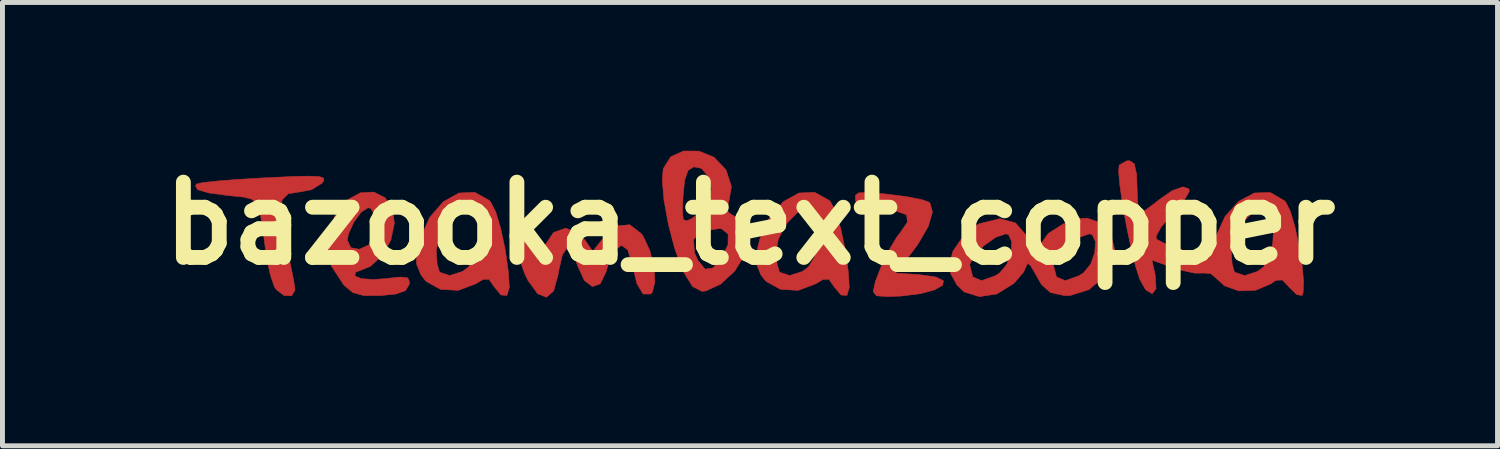
<source format=kicad_pcb>
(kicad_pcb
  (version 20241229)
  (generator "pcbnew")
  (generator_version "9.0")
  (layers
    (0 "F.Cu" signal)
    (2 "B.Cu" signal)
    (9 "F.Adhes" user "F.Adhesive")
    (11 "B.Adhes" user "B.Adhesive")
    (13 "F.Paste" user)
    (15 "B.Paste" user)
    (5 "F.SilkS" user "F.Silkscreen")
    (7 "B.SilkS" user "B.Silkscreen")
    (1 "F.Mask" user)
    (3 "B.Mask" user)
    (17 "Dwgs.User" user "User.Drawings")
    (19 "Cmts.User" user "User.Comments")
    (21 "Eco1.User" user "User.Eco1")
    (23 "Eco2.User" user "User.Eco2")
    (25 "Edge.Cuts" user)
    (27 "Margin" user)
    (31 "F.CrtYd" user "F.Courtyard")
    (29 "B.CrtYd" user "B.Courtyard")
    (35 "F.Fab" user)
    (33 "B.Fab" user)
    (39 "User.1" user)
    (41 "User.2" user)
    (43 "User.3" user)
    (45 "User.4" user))
  (footprint "bazooka_text_copper"
    (layer "F.Cu")
    (at 12.127 1.47)
    (property "Reference" "bazooka_text_copper" (at 0 0 0) (layer "F.SilkS") (effects (font (size 1.524 1.524) (thickness 0.3))))
    (attr through_hole)
    (fp_poly (pts (xy 2.719 -0.597) (xy 2.821 -0.586) (xy 3.198 -0.536) (xy 3.492 -0.477) (xy 3.638 -0.422) (xy 3.638 -0.422) (xy 3.692 -0.232) (xy 3.606 0.064) (xy 3.393 0.43) (xy 3.273 0.591) (xy 2.943 1.005) (xy 3.429 1.038) (xy 3.765 1.086) (xy 3.915 1.162) (xy 3.898 1.253) (xy 3.737 1.345) (xy 3.451 1.422) (xy 3.061 1.471) (xy 2.786 1.481) (xy 2.558 1.466) (xy 2.493 1.381) (xy 2.536 1.179) (xy 2.725 0.687) (xy 2.971 0.274) (xy 3.022 0.212) (xy 3.184 -0.025) (xy 3.169 -0.172) (xy 2.967 -0.245) (xy 2.701 -0.26) (xy 2.374 -0.278) (xy 2.203 -0.337) (xy 2.136 -0.457) (xy 2.135 -0.463) (xy 2.131 -0.566) (xy 2.198 -0.617) (xy 2.38 -0.625) (xy 2.719 -0.597)) (stroke (width 0.01) (type solid)) (fill yes) (layer "F.Cu"))
    (fp_poly (pts (xy -8.715 -0.947) (xy -8.626 -0.916) (xy -8.628 -0.861) (xy -8.665 -0.811) (xy -8.873 -0.681) (xy -9.118 -0.635) (xy -9.343 -0.6) (xy -9.468 -0.475) (xy -9.5 -0.229) (xy -9.446 0.167) (xy -9.381 0.463) (xy -9.295 0.851) (xy -9.232 1.165) (xy -9.206 1.343) (xy -9.206 1.349) (xy -9.276 1.467) (xy -9.428 1.46) (xy -9.586 1.341) (xy -9.624 1.283) (xy -9.704 1.055) (xy -9.776 0.728) (xy -9.792 0.622) (xy -9.857 0.127) (xy -9.91 -0.198) (xy -9.976 -0.39) (xy -10.078 -0.488) (xy -10.242 -0.531) (xy -10.491 -0.556) (xy -10.544 -0.561) (xy -10.958 -0.617) (xy -11.179 -0.682) (xy -11.223 -0.762) (xy -11.196 -0.798) (xy -11.074 -0.825) (xy -10.783 -0.857) (xy -10.366 -0.89) (xy -9.866 -0.919) (xy -9.829 -0.921) (xy -9.287 -0.947) (xy -8.925 -0.956) (xy -8.715 -0.947)) (stroke (width 0.01) (type solid)) (fill yes) (layer "F.Cu"))
    (fp_poly (pts (xy -5.279 -0.466) (xy -5.249 -0.434) (xy -5.145 -0.231) (xy -5.042 0.116) (xy -4.952 0.543) (xy -4.89 0.982) (xy -4.87 1.296) (xy -4.919 1.458) (xy -5.04 1.449) (xy -5.184 1.274) (xy -5.186 1.27) (xy -5.284 1.13) (xy -5.402 1.135) (xy -5.552 1.224) (xy -5.904 1.356) (xy -6.263 1.335) (xy -6.558 1.172) (xy -6.658 1.044) (xy -6.749 0.824) (xy -6.749 0.594) (xy -6.741 0.56) (xy -6.35 0.56) (xy -6.331 0.823) (xy -6.284 0.982) (xy -6.279 0.988) (xy -6.077 1.056) (xy -5.819 0.973) (xy -5.697 0.883) (xy -5.578 0.687) (xy -5.509 0.403) (xy -5.492 0.098) (xy -5.529 -0.161) (xy -5.622 -0.306) (xy -5.667 -0.318) (xy -5.914 -0.225) (xy -6.145 0.009) (xy -6.306 0.316) (xy -6.35 0.56) (xy -6.741 0.56) (xy -6.68 0.316) (xy -6.481 -0.122) (xy -6.207 -0.439) (xy -5.891 -0.614) (xy -5.57 -0.629) (xy -5.279 -0.466)) (stroke (width 0.01) (type solid)) (fill yes) (layer "F.Cu"))
    (fp_poly (pts (xy 1.6 -0.466) (xy 1.631 -0.434) (xy 1.734 -0.231) (xy 1.838 0.116) (xy 1.928 0.543) (xy 1.989 0.982) (xy 2.009 1.296) (xy 1.96 1.458) (xy 1.839 1.449) (xy 1.695 1.274) (xy 1.693 1.27) (xy 1.596 1.13) (xy 1.477 1.135) (xy 1.327 1.224) (xy 0.975 1.356) (xy 0.616 1.335) (xy 0.321 1.172) (xy 0.221 1.044) (xy 0.13 0.824) (xy 0.13 0.594) (xy 0.138 0.56) (xy 0.529 0.56) (xy 0.548 0.823) (xy 0.595 0.982) (xy 0.6 0.988) (xy 0.802 1.056) (xy 1.06 0.973) (xy 1.182 0.883) (xy 1.301 0.687) (xy 1.37 0.403) (xy 1.387 0.098) (xy 1.35 -0.161) (xy 1.257 -0.306) (xy 1.212 -0.318) (xy 0.965 -0.225) (xy 0.735 0.009) (xy 0.573 0.316) (xy 0.529 0.56) (xy 0.138 0.56) (xy 0.199 0.316) (xy 0.398 -0.122) (xy 0.673 -0.439) (xy 0.988 -0.614) (xy 1.309 -0.629) (xy 1.6 -0.466)) (stroke (width 0.01) (type solid)) (fill yes) (layer "F.Cu"))
    (fp_poly (pts (xy -7.382 -0.518) (xy -7.231 -0.264) (xy -7.197 -0.002) (xy -7.268 0.339) (xy -7.447 0.656) (xy -7.684 0.871) (xy -7.78 0.909) (xy -7.979 0.988) (xy -7.997 1.063) (xy -7.866 1.118) (xy -7.616 1.136) (xy -7.386 1.118) (xy -7.076 1.085) (xy -6.927 1.102) (xy -6.89 1.18) (xy -6.898 1.239) (xy -6.972 1.361) (xy -7.168 1.43) (xy -7.466 1.46) (xy -7.815 1.462) (xy -8.038 1.4) (xy -8.216 1.253) (xy -8.22 1.248) (xy -8.476 0.856) (xy -8.544 0.416) (xy -8.535 0.341) (xy -8.149 0.341) (xy -8.076 0.493) (xy -7.908 0.524) (xy -7.719 0.438) (xy -7.618 0.314) (xy -7.558 0.085) (xy -7.581 -0.148) (xy -7.671 -0.299) (xy -7.727 -0.318) (xy -7.865 -0.231) (xy -8.016 -0.027) (xy -8.125 0.211) (xy -8.149 0.341) (xy -8.535 0.341) (xy -8.515 0.173) (xy -8.376 -0.209) (xy -8.152 -0.474) (xy -7.884 -0.618) (xy -7.613 -0.634) (xy -7.382 -0.518)) (stroke (width 0.01) (type solid)) (fill yes) (layer "F.Cu"))
    (fp_poly (pts (xy -4.533 0.038) (xy -4.423 0.286) (xy -4.395 0.377) (xy -4.276 0.794) (xy -4.154 0.45) (xy -3.977 0.185) (xy -3.731 0.097) (xy -3.473 0.196) (xy -3.343 0.336) (xy -3.182 0.566) (xy -2.959 0.283) (xy -2.694 0.052) (xy -2.435 0.027) (xy -2.2 0.208) (xy -2.162 0.261) (xy -2.028 0.548) (xy -1.946 0.88) (xy -1.925 1.186) (xy -1.976 1.393) (xy -2.011 1.429) (xy -2.164 1.429) (xy -2.289 1.221) (xy -2.385 0.822) (xy -2.475 0.534) (xy -2.601 0.445) (xy -2.74 0.546) (xy -2.872 0.834) (xy -2.913 0.98) (xy -3.031 1.224) (xy -3.19 1.279) (xy -3.354 1.154) (xy -3.489 0.858) (xy -3.496 0.833) (xy -3.6 0.562) (xy -3.703 0.498) (xy -3.797 0.637) (xy -3.875 0.974) (xy -3.885 1.046) (xy -3.975 1.37) (xy -4.12 1.495) (xy -4.299 1.423) (xy -4.494 1.154) (xy -4.554 1.032) (xy -4.676 0.694) (xy -4.745 0.364) (xy -4.757 0.094) (xy -4.709 -0.065) (xy -4.638 -0.082) (xy -4.533 0.038)) (stroke (width 0.01) (type solid)) (fill yes) (layer "F.Cu"))
    (fp_poly (pts (xy -1.032 -1.462) (xy -0.73 -1.339) (xy -0.498 -1.098) (xy -0.479 -1.063) (xy -0.376 -0.746) (xy -0.421 -0.482) (xy -0.47 -0.272) (xy -0.423 -0.212) (xy -0.299 -0.132) (xy -0.149 0.054) (xy -0.038 0.28) (xy -0.056 0.5) (xy -0.108 0.639) (xy -0.312 0.968) (xy -0.596 1.23) (xy -0.892 1.367) (xy -0.973 1.376) (xy -1.163 1.278) (xy -1.349 0.979) (xy -1.373 0.926) (xy -1.526 0.502) (xy -1.573 0.323) (xy -1.142 0.323) (xy -1.125 0.59) (xy -1.055 0.748) (xy -0.909 0.926) (xy -0.754 0.904) (xy -0.588 0.717) (xy -0.446 0.433) (xy -0.444 0.216) (xy -0.577 0.11) (xy -0.626 0.106) (xy -0.975 0.161) (xy -1.142 0.323) (xy -1.573 0.323) (xy -1.653 0.015) (xy -1.697 -0.227) (xy -1.368 -0.227) (xy -1.349 -0.075) (xy -1.279 -0.052) (xy -1.172 -0.101) (xy -0.946 -0.29) (xy -0.838 -0.439) (xy -0.782 -0.693) (xy -0.84 -0.942) (xy -0.982 -1.113) (xy -1.139 -1.144) (xy -1.255 -1.07) (xy -1.323 -0.873) (xy -1.355 -0.548) (xy -1.368 -0.227) (xy -1.697 -0.227) (xy -1.741 -0.466) (xy -1.776 -0.874) (xy -1.757 -1.105) (xy -1.606 -1.347) (xy -1.344 -1.465) (xy -1.032 -1.462)) (stroke (width 0.01) (type solid)) (fill yes) (layer "F.Cu"))
    (fp_poly (pts (xy 7.096 -0.012) (xy 7.299 0.224) (xy 7.381 0.535) (xy 7.363 0.696) (xy 7.175 1.071) (xy 6.859 1.341) (xy 6.475 1.461) (xy 6.355 1.46) (xy 6.078 1.4) (xy 5.896 1.237) (xy 5.795 1.058) (xy 5.681 0.86) (xy 5.654 0.836) (xy 6.138 0.836) (xy 6.201 1.083) (xy 6.379 1.159) (xy 6.655 1.061) (xy 6.75 0.999) (xy 6.892 0.827) (xy 6.975 0.592) (xy 6.99 0.368) (xy 6.924 0.228) (xy 6.869 0.212) (xy 6.664 0.282) (xy 6.424 0.452) (xy 6.224 0.657) (xy 6.138 0.833) (xy 6.138 0.836) (xy 5.654 0.836) (xy 5.615 0.803) (xy 5.609 0.825) (xy 5.537 0.984) (xy 5.361 1.192) (xy 5.329 1.222) (xy 4.995 1.428) (xy 4.642 1.483) (xy 4.331 1.386) (xy 4.186 1.246) (xy 4.062 1.02) (xy 4.022 0.871) (xy 4.031 0.836) (xy 4.445 0.836) (xy 4.508 1.083) (xy 4.686 1.159) (xy 4.961 1.061) (xy 5.056 0.999) (xy 5.198 0.827) (xy 5.282 0.592) (xy 5.296 0.368) (xy 5.231 0.228) (xy 5.176 0.212) (xy 4.971 0.282) (xy 4.731 0.452) (xy 4.531 0.657) (xy 4.445 0.833) (xy 4.445 0.836) (xy 4.031 0.836) (xy 4.107 0.562) (xy 4.319 0.251) (xy 4.594 0.029) (xy 4.642 0.006) (xy 5.054 -0.095) (xy 5.372 -0.01) (xy 5.608 0.265) (xy 5.626 0.299) (xy 5.744 0.516) (xy 5.811 0.56) (xy 5.865 0.449) (xy 5.872 0.43) (xy 6.037 0.203) (xy 6.335 0.013) (xy 6.686 -0.096) (xy 6.819 -0.106) (xy 7.096 -0.012)) (stroke (width 0.01) (type solid)) (fill yes) (layer "F.Cu"))
    (fp_poly (pts (xy 7.776 -1.206) (xy 7.823 -0.992) (xy 7.832 -0.741) (xy 7.843 -0.439) (xy 7.873 -0.247) (xy 7.896 -0.212) (xy 8.01 -0.274) (xy 8.215 -0.427) (xy 8.274 -0.476) (xy 8.542 -0.661) (xy 8.76 -0.739) (xy 8.88 -0.698) (xy 8.89 -0.65) (xy 8.823 -0.527) (xy 8.651 -0.312) (xy 8.513 -0.159) (xy 8.316 0.079) (xy 8.218 0.258) (xy 8.222 0.318) (xy 8.367 0.395) (xy 8.637 0.502) (xy 8.797 0.557) (xy 9.286 0.719) (xy 9.334 0.56) (xy 9.737 0.56) (xy 9.756 0.823) (xy 9.802 0.982) (xy 9.807 0.988) (xy 10.009 1.056) (xy 10.268 0.973) (xy 10.39 0.883) (xy 10.509 0.687) (xy 10.578 0.403) (xy 10.594 0.098) (xy 10.557 -0.161) (xy 10.465 -0.306) (xy 10.42 -0.318) (xy 10.173 -0.225) (xy 9.942 0.009) (xy 9.781 0.316) (xy 9.737 0.56) (xy 9.334 0.56) (xy 9.414 0.294) (xy 9.611 -0.137) (xy 9.887 -0.446) (xy 10.205 -0.615) (xy 10.527 -0.625) (xy 10.817 -0.456) (xy 10.84 -0.432) (xy 10.933 -0.248) (xy 11.026 0.067) (xy 11.109 0.452) (xy 11.172 0.845) (xy 11.203 1.185) (xy 11.191 1.411) (xy 11.169 1.46) (xy 11.062 1.44) (xy 10.92 1.301) (xy 10.773 1.146) (xy 10.641 1.153) (xy 10.537 1.223) (xy 10.231 1.354) (xy 9.889 1.366) (xy 9.598 1.262) (xy 9.493 1.162) (xy 9.324 1.019) (xy 9.191 1.006) (xy 9.004 1.008) (xy 8.713 0.945) (xy 8.586 0.904) (xy 8.133 0.745) (xy 8.2 1.05) (xy 8.216 1.324) (xy 8.137 1.425) (xy 8.004 1.342) (xy 7.89 1.139) (xy 7.804 0.877) (xy 7.711 0.501) (xy 7.62 0.066) (xy 7.541 -0.374) (xy 7.484 -0.765) (xy 7.458 -1.053) (xy 7.47 -1.179) (xy 7.614 -1.262) (xy 7.679 -1.27) (xy 7.776 -1.206)) (stroke (width 0.01) (type solid)) (fill yes) (layer "F.Cu")))
  (gr_rect
    (start -3 -3)
    (end 27.253 5.971)
    (stroke (width 0.1) (type default))
    (fill no)
    (layer "Edge.Cuts")))
</source>
